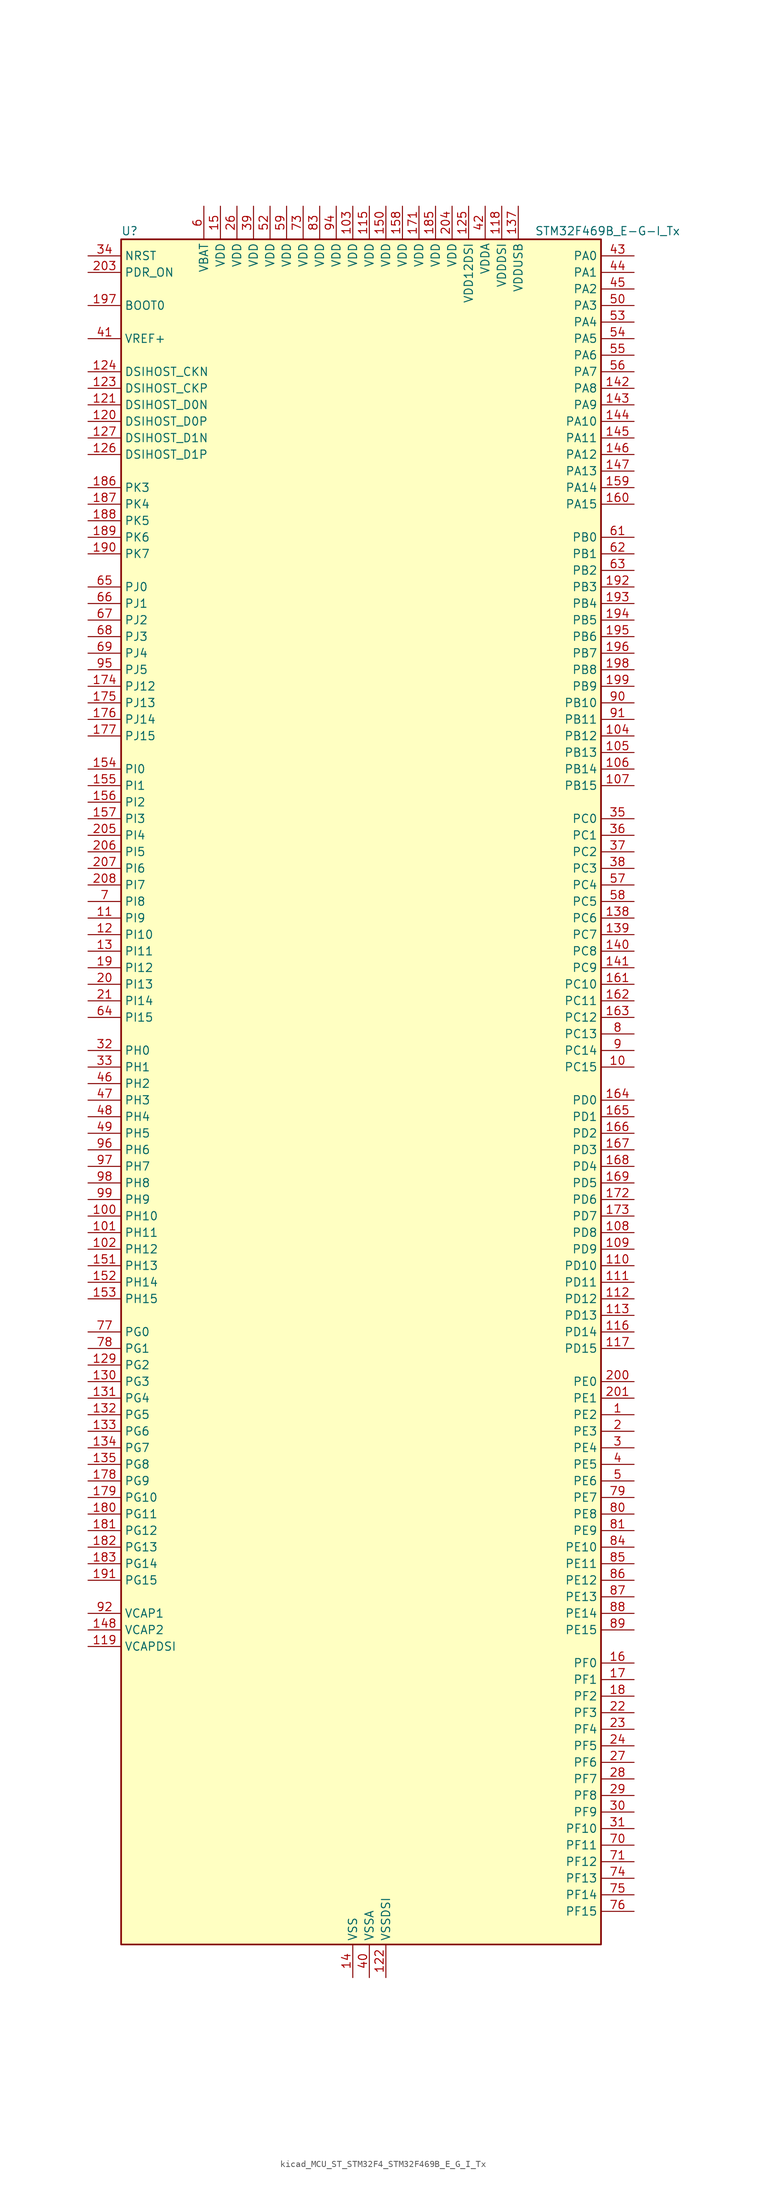
<source format=kicad_sym>
(kicad_symbol_lib
  (version 20220914)
  (generator kicad_symbol_editor)
  (symbol "kicad_MCU_ST_STM32F4_STM32F469B_E_G_I_Tx"
    (property "Reference" "U"
      (at -35.56 133.35 0)
      (effects (font (size 1.27 1.27)) (justify left)))
    (property "Value" "STM32F469B_E-G-I_Tx"
      (at 27.94 133.35 0)
      (effects (font (size 1.27 1.27)) (justify left)))
    (property "ki_locked" ""
      (at 0 0 0)
      (effects (font (size 1.27 1.27))))
    (symbol "kicad_MCU_ST_STM32F4_STM32F469B_E_G_I_Tx_0_1"
      (rectangle (start -35.56 -129.54) (end 38.1 132.08) (stroke (width 0.254) (type default)) (fill (type background))))
    (symbol "kicad_MCU_ST_STM32F4_STM32F469B_E_G_I_Tx_1_1"
      (pin bidirectional line (at 43.18 -48.26 180) (length 5.08) (name "PE2" (effects (font (size 1.27 1.27)))) (number "1" (effects (font (size 1.27 1.27)))) (alternate "ETH_TXD3" bidirectional line) (alternate "FMC_A23" bidirectional line) (alternate "QUADSPI_BK1_IO2" bidirectional line) (alternate "SAI1_MCLK_A" bidirectional line) (alternate "SPI4_SCK" bidirectional line) (alternate "SYS_TRACECLK" bidirectional line))
      (pin bidirectional line (at 43.18 5.08 180) (length 5.08) (name "PC15" (effects (font (size 1.27 1.27)))) (number "10" (effects (font (size 1.27 1.27)))) (alternate "ADC1_EXTI15" bidirectional line) (alternate "ADC2_EXTI15" bidirectional line) (alternate "ADC3_EXTI15" bidirectional line) (alternate "RCC_OSC32_OUT" bidirectional line))
      (pin bidirectional line (at -40.64 -17.78 0) (length 5.08) (name "PH10" (effects (font (size 1.27 1.27)))) (number "100" (effects (font (size 1.27 1.27)))) (alternate "DCMI_D1" bidirectional line) (alternate "FMC_D18" bidirectional line) (alternate "LTDC_R4" bidirectional line) (alternate "TIM5_CH1" bidirectional line))
      (pin bidirectional line (at -40.64 -20.32 0) (length 5.08) (name "PH11" (effects (font (size 1.27 1.27)))) (number "101" (effects (font (size 1.27 1.27)))) (alternate "ADC1_EXTI11" bidirectional line) (alternate "ADC2_EXTI11" bidirectional line) (alternate "ADC3_EXTI11" bidirectional line) (alternate "DCMI_D2" bidirectional line) (alternate "FMC_D19" bidirectional line) (alternate "LTDC_R5" bidirectional line) (alternate "TIM5_CH2" bidirectional line))
      (pin bidirectional line (at -40.64 -22.86 0) (length 5.08) (name "PH12" (effects (font (size 1.27 1.27)))) (number "102" (effects (font (size 1.27 1.27)))) (alternate "DCMI_D3" bidirectional line) (alternate "FMC_D20" bidirectional line) (alternate "LTDC_R6" bidirectional line) (alternate "TIM5_CH3" bidirectional line))
      (pin power_in line (at 0 137.16 270) (length 5.08) (name "VDD" (effects (font (size 1.27 1.27)))) (number "103" (effects (font (size 1.27 1.27)))))
      (pin bidirectional line (at 43.18 55.88 180) (length 5.08) (name "PB12" (effects (font (size 1.27 1.27)))) (number "104" (effects (font (size 1.27 1.27)))) (alternate "CAN2_RX" bidirectional line) (alternate "ETH_TXD0" bidirectional line) (alternate "I2C2_SMBA" bidirectional line) (alternate "I2S2_WS" bidirectional line) (alternate "SPI2_NSS" bidirectional line) (alternate "TIM1_BKIN" bidirectional line) (alternate "USART3_CK" bidirectional line) (alternate "USB_OTG_HS_ID" bidirectional line) (alternate "USB_OTG_HS_ULPI_D5" bidirectional line))
      (pin bidirectional line (at 43.18 53.34 180) (length 5.08) (name "PB13" (effects (font (size 1.27 1.27)))) (number "105" (effects (font (size 1.27 1.27)))) (alternate "CAN2_TX" bidirectional line) (alternate "ETH_TXD1" bidirectional line) (alternate "I2S2_CK" bidirectional line) (alternate "SPI2_SCK" bidirectional line) (alternate "TIM1_CH1N" bidirectional line) (alternate "USART3_CTS" bidirectional line) (alternate "USB_OTG_HS_ULPI_D6" bidirectional line) (alternate "USB_OTG_HS_VBUS" bidirectional line))
      (pin bidirectional line (at 43.18 50.8 180) (length 5.08) (name "PB14" (effects (font (size 1.27 1.27)))) (number "106" (effects (font (size 1.27 1.27)))) (alternate "I2S2_ext_SD" bidirectional line) (alternate "SPI2_MISO" bidirectional line) (alternate "TIM12_CH1" bidirectional line) (alternate "TIM1_CH2N" bidirectional line) (alternate "TIM8_CH2N" bidirectional line) (alternate "USART3_RTS" bidirectional line) (alternate "USB_OTG_HS_DM" bidirectional line))
      (pin bidirectional line (at 43.18 48.26 180) (length 5.08) (name "PB15" (effects (font (size 1.27 1.27)))) (number "107" (effects (font (size 1.27 1.27)))) (alternate "ADC1_EXTI15" bidirectional line) (alternate "ADC2_EXTI15" bidirectional line) (alternate "ADC3_EXTI15" bidirectional line) (alternate "I2S2_SD" bidirectional line) (alternate "RTC_REFIN" bidirectional line) (alternate "SPI2_MOSI" bidirectional line) (alternate "TIM12_CH2" bidirectional line) (alternate "TIM1_CH3N" bidirectional line) (alternate "TIM8_CH3N" bidirectional line) (alternate "USB_OTG_HS_DP" bidirectional line))
      (pin bidirectional line (at 43.18 -20.32 180) (length 5.08) (name "PD8" (effects (font (size 1.27 1.27)))) (number "108" (effects (font (size 1.27 1.27)))) (alternate "FMC_D13" bidirectional line) (alternate "FMC_DA13" bidirectional line) (alternate "USART3_TX" bidirectional line))
      (pin bidirectional line (at 43.18 -22.86 180) (length 5.08) (name "PD9" (effects (font (size 1.27 1.27)))) (number "109" (effects (font (size 1.27 1.27)))) (alternate "DAC_EXTI9" bidirectional line) (alternate "FMC_D14" bidirectional line) (alternate "FMC_DA14" bidirectional line) (alternate "USART3_RX" bidirectional line))
      (pin bidirectional line (at -40.64 27.94 0) (length 5.08) (name "PI9" (effects (font (size 1.27 1.27)))) (number "11" (effects (font (size 1.27 1.27)))) (alternate "CAN1_RX" bidirectional line) (alternate "DAC_EXTI9" bidirectional line) (alternate "FMC_D30" bidirectional line) (alternate "LTDC_VSYNC" bidirectional line))
      (pin bidirectional line (at 43.18 -25.4 180) (length 5.08) (name "PD10" (effects (font (size 1.27 1.27)))) (number "110" (effects (font (size 1.27 1.27)))) (alternate "FMC_D15" bidirectional line) (alternate "FMC_DA15" bidirectional line) (alternate "LTDC_B3" bidirectional line) (alternate "USART3_CK" bidirectional line))
      (pin bidirectional line (at 43.18 -27.94 180) (length 5.08) (name "PD11" (effects (font (size 1.27 1.27)))) (number "111" (effects (font (size 1.27 1.27)))) (alternate "ADC1_EXTI11" bidirectional line) (alternate "ADC2_EXTI11" bidirectional line) (alternate "ADC3_EXTI11" bidirectional line) (alternate "FMC_A16" bidirectional line) (alternate "FMC_CLE" bidirectional line) (alternate "QUADSPI_BK1_IO0" bidirectional line) (alternate "USART3_CTS" bidirectional line))
      (pin bidirectional line (at 43.18 -30.48 180) (length 5.08) (name "PD12" (effects (font (size 1.27 1.27)))) (number "112" (effects (font (size 1.27 1.27)))) (alternate "FMC_A17" bidirectional line) (alternate "FMC_ALE" bidirectional line) (alternate "QUADSPI_BK1_IO1" bidirectional line) (alternate "TIM4_CH1" bidirectional line) (alternate "USART3_RTS" bidirectional line))
      (pin bidirectional line (at 43.18 -33.02 180) (length 5.08) (name "PD13" (effects (font (size 1.27 1.27)))) (number "113" (effects (font (size 1.27 1.27)))) (alternate "FMC_A18" bidirectional line) (alternate "QUADSPI_BK1_IO3" bidirectional line) (alternate "TIM4_CH2" bidirectional line))
      (pin passive line (at 0 -134.62 90) (length 5.08) hide (name "VSS" (effects (font (size 1.27 1.27)))) (number "114" (effects (font (size 1.27 1.27)))))
      (pin power_in line (at 2.54 137.16 270) (length 5.08) (name "VDD" (effects (font (size 1.27 1.27)))) (number "115" (effects (font (size 1.27 1.27)))))
      (pin bidirectional line (at 43.18 -35.56 180) (length 5.08) (name "PD14" (effects (font (size 1.27 1.27)))) (number "116" (effects (font (size 1.27 1.27)))) (alternate "FMC_D0" bidirectional line) (alternate "FMC_DA0" bidirectional line) (alternate "TIM4_CH3" bidirectional line))
      (pin bidirectional line (at 43.18 -38.1 180) (length 5.08) (name "PD15" (effects (font (size 1.27 1.27)))) (number "117" (effects (font (size 1.27 1.27)))) (alternate "ADC1_EXTI15" bidirectional line) (alternate "ADC2_EXTI15" bidirectional line) (alternate "ADC3_EXTI15" bidirectional line) (alternate "FMC_D1" bidirectional line) (alternate "FMC_DA1" bidirectional line) (alternate "TIM4_CH4" bidirectional line))
      (pin power_in line (at 22.86 137.16 270) (length 5.08) (name "VDDDSI" (effects (font (size 1.27 1.27)))) (number "118" (effects (font (size 1.27 1.27)))))
      (pin power_out line (at -40.64 -83.82 0) (length 5.08) (name "VCAPDSI" (effects (font (size 1.27 1.27)))) (number "119" (effects (font (size 1.27 1.27)))))
      (pin bidirectional line (at -40.64 25.4 0) (length 5.08) (name "PI10" (effects (font (size 1.27 1.27)))) (number "12" (effects (font (size 1.27 1.27)))) (alternate "ETH_RX_ER" bidirectional line) (alternate "FMC_D31" bidirectional line) (alternate "LTDC_HSYNC" bidirectional line))
      (pin bidirectional line (at -40.64 104.14 0) (length 5.08) (name "DSIHOST_D0P" (effects (font (size 1.27 1.27)))) (number "120" (effects (font (size 1.27 1.27)))) (alternate "DSIHOST_D0P" bidirectional line))
      (pin bidirectional line (at -40.64 106.68 0) (length 5.08) (name "DSIHOST_D0N" (effects (font (size 1.27 1.27)))) (number "121" (effects (font (size 1.27 1.27)))) (alternate "DSIHOST_D0N" bidirectional line))
      (pin power_in line (at 5.08 -134.62 90) (length 5.08) (name "VSSDSI" (effects (font (size 1.27 1.27)))) (number "122" (effects (font (size 1.27 1.27)))))
      (pin bidirectional line (at -40.64 109.22 0) (length 5.08) (name "DSIHOST_CKP" (effects (font (size 1.27 1.27)))) (number "123" (effects (font (size 1.27 1.27)))) (alternate "DSIHOST_CKP" bidirectional line))
      (pin bidirectional line (at -40.64 111.76 0) (length 5.08) (name "DSIHOST_CKN" (effects (font (size 1.27 1.27)))) (number "124" (effects (font (size 1.27 1.27)))) (alternate "DSIHOST_CKN" bidirectional line))
      (pin power_in line (at 17.78 137.16 270) (length 5.08) (name "VDD12DSI" (effects (font (size 1.27 1.27)))) (number "125" (effects (font (size 1.27 1.27)))))
      (pin bidirectional line (at -40.64 99.06 0) (length 5.08) (name "DSIHOST_D1P" (effects (font (size 1.27 1.27)))) (number "126" (effects (font (size 1.27 1.27)))) (alternate "DSIHOST_D1P" bidirectional line))
      (pin bidirectional line (at -40.64 101.6 0) (length 5.08) (name "DSIHOST_D1N" (effects (font (size 1.27 1.27)))) (number "127" (effects (font (size 1.27 1.27)))) (alternate "DSIHOST_D1N" bidirectional line))
      (pin passive line (at 5.08 -134.62 90) (length 5.08) hide (name "VSSDSI" (effects (font (size 1.27 1.27)))) (number "128" (effects (font (size 1.27 1.27)))))
      (pin bidirectional line (at -40.64 -40.64 0) (length 5.08) (name "PG2" (effects (font (size 1.27 1.27)))) (number "129" (effects (font (size 1.27 1.27)))) (alternate "FMC_A12" bidirectional line))
      (pin bidirectional line (at -40.64 22.86 0) (length 5.08) (name "PI11" (effects (font (size 1.27 1.27)))) (number "13" (effects (font (size 1.27 1.27)))) (alternate "ADC1_EXTI11" bidirectional line) (alternate "ADC2_EXTI11" bidirectional line) (alternate "ADC3_EXTI11" bidirectional line) (alternate "LTDC_G6" bidirectional line) (alternate "USB_OTG_HS_ULPI_DIR" bidirectional line))
      (pin bidirectional line (at -40.64 -43.18 0) (length 5.08) (name "PG3" (effects (font (size 1.27 1.27)))) (number "130" (effects (font (size 1.27 1.27)))) (alternate "FMC_A13" bidirectional line))
      (pin bidirectional line (at -40.64 -45.72 0) (length 5.08) (name "PG4" (effects (font (size 1.27 1.27)))) (number "131" (effects (font (size 1.27 1.27)))) (alternate "FMC_A14" bidirectional line) (alternate "FMC_BA0" bidirectional line))
      (pin bidirectional line (at -40.64 -48.26 0) (length 5.08) (name "PG5" (effects (font (size 1.27 1.27)))) (number "132" (effects (font (size 1.27 1.27)))) (alternate "FMC_A15" bidirectional line) (alternate "FMC_BA1" bidirectional line))
      (pin bidirectional line (at -40.64 -50.8 0) (length 5.08) (name "PG6" (effects (font (size 1.27 1.27)))) (number "133" (effects (font (size 1.27 1.27)))) (alternate "DCMI_D12" bidirectional line) (alternate "LTDC_R7" bidirectional line))
      (pin bidirectional line (at -40.64 -53.34 0) (length 5.08) (name "PG7" (effects (font (size 1.27 1.27)))) (number "134" (effects (font (size 1.27 1.27)))) (alternate "DCMI_D13" bidirectional line) (alternate "FMC_INT" bidirectional line) (alternate "LTDC_CLK" bidirectional line) (alternate "SAI1_MCLK_A" bidirectional line) (alternate "USART6_CK" bidirectional line))
      (pin bidirectional line (at -40.64 -55.88 0) (length 5.08) (name "PG8" (effects (font (size 1.27 1.27)))) (number "135" (effects (font (size 1.27 1.27)))) (alternate "ETH_PPS_OUT" bidirectional line) (alternate "FMC_SDCLK" bidirectional line) (alternate "LTDC_G7" bidirectional line) (alternate "SPI6_NSS" bidirectional line) (alternate "USART6_RTS" bidirectional line))
      (pin passive line (at 0 -134.62 90) (length 5.08) hide (name "VSS" (effects (font (size 1.27 1.27)))) (number "136" (effects (font (size 1.27 1.27)))))
      (pin power_in line (at 25.4 137.16 270) (length 5.08) (name "VDDUSB" (effects (font (size 1.27 1.27)))) (number "137" (effects (font (size 1.27 1.27)))))
      (pin bidirectional line (at 43.18 27.94 180) (length 5.08) (name "PC6" (effects (font (size 1.27 1.27)))) (number "138" (effects (font (size 1.27 1.27)))) (alternate "DCMI_D0" bidirectional line) (alternate "I2S2_MCK" bidirectional line) (alternate "LTDC_HSYNC" bidirectional line) (alternate "SDIO_D6" bidirectional line) (alternate "TIM3_CH1" bidirectional line) (alternate "TIM8_CH1" bidirectional line) (alternate "USART6_TX" bidirectional line))
      (pin bidirectional line (at 43.18 25.4 180) (length 5.08) (name "PC7" (effects (font (size 1.27 1.27)))) (number "139" (effects (font (size 1.27 1.27)))) (alternate "DCMI_D1" bidirectional line) (alternate "I2S3_MCK" bidirectional line) (alternate "LTDC_G6" bidirectional line) (alternate "SDIO_D7" bidirectional line) (alternate "TIM3_CH2" bidirectional line) (alternate "TIM8_CH2" bidirectional line) (alternate "USART6_RX" bidirectional line))
      (pin power_in line (at 0 -134.62 90) (length 5.08) (name "VSS" (effects (font (size 1.27 1.27)))) (number "14" (effects (font (size 1.27 1.27)))))
      (pin bidirectional line (at 43.18 22.86 180) (length 5.08) (name "PC8" (effects (font (size 1.27 1.27)))) (number "140" (effects (font (size 1.27 1.27)))) (alternate "DCMI_D2" bidirectional line) (alternate "SDIO_D0" bidirectional line) (alternate "SYS_TRACED1" bidirectional line) (alternate "TIM3_CH3" bidirectional line) (alternate "TIM8_CH3" bidirectional line) (alternate "USART6_CK" bidirectional line))
      (pin bidirectional line (at 43.18 20.32 180) (length 5.08) (name "PC9" (effects (font (size 1.27 1.27)))) (number "141" (effects (font (size 1.27 1.27)))) (alternate "DAC_EXTI9" bidirectional line) (alternate "DCMI_D3" bidirectional line) (alternate "I2C3_SDA" bidirectional line) (alternate "I2S_CKIN" bidirectional line) (alternate "QUADSPI_BK1_IO0" bidirectional line) (alternate "RCC_MCO_2" bidirectional line) (alternate "SDIO_D1" bidirectional line) (alternate "TIM3_CH4" bidirectional line) (alternate "TIM8_CH4" bidirectional line))
      (pin bidirectional line (at 43.18 109.22 180) (length 5.08) (name "PA8" (effects (font (size 1.27 1.27)))) (number "142" (effects (font (size 1.27 1.27)))) (alternate "I2C3_SCL" bidirectional line) (alternate "LTDC_R6" bidirectional line) (alternate "RCC_MCO_1" bidirectional line) (alternate "TIM1_CH1" bidirectional line) (alternate "USART1_CK" bidirectional line) (alternate "USB_OTG_FS_SOF" bidirectional line))
      (pin bidirectional line (at 43.18 106.68 180) (length 5.08) (name "PA9" (effects (font (size 1.27 1.27)))) (number "143" (effects (font (size 1.27 1.27)))) (alternate "DAC_EXTI9" bidirectional line) (alternate "DCMI_D0" bidirectional line) (alternate "I2C3_SMBA" bidirectional line) (alternate "I2S2_CK" bidirectional line) (alternate "SPI2_SCK" bidirectional line) (alternate "TIM1_CH2" bidirectional line) (alternate "USART1_TX" bidirectional line) (alternate "USB_OTG_FS_VBUS" bidirectional line))
      (pin bidirectional line (at 43.18 104.14 180) (length 5.08) (name "PA10" (effects (font (size 1.27 1.27)))) (number "144" (effects (font (size 1.27 1.27)))) (alternate "DCMI_D1" bidirectional line) (alternate "TIM1_CH3" bidirectional line) (alternate "USART1_RX" bidirectional line) (alternate "USB_OTG_FS_ID" bidirectional line))
      (pin bidirectional line (at 43.18 101.6 180) (length 5.08) (name "PA11" (effects (font (size 1.27 1.27)))) (number "145" (effects (font (size 1.27 1.27)))) (alternate "ADC1_EXTI11" bidirectional line) (alternate "ADC2_EXTI11" bidirectional line) (alternate "ADC3_EXTI11" bidirectional line) (alternate "CAN1_RX" bidirectional line) (alternate "LTDC_R4" bidirectional line) (alternate "TIM1_CH4" bidirectional line) (alternate "USART1_CTS" bidirectional line) (alternate "USB_OTG_FS_DM" bidirectional line))
      (pin bidirectional line (at 43.18 99.06 180) (length 5.08) (name "PA12" (effects (font (size 1.27 1.27)))) (number "146" (effects (font (size 1.27 1.27)))) (alternate "CAN1_TX" bidirectional line) (alternate "LTDC_R5" bidirectional line) (alternate "TIM1_ETR" bidirectional line) (alternate "USART1_RTS" bidirectional line) (alternate "USB_OTG_FS_DP" bidirectional line))
      (pin bidirectional line (at 43.18 96.52 180) (length 5.08) (name "PA13" (effects (font (size 1.27 1.27)))) (number "147" (effects (font (size 1.27 1.27)))) (alternate "SYS_JTMS-SWDIO" bidirectional line))
      (pin power_out line (at -40.64 -81.28 0) (length 5.08) (name "VCAP2" (effects (font (size 1.27 1.27)))) (number "148" (effects (font (size 1.27 1.27)))))
      (pin passive line (at 0 -134.62 90) (length 5.08) hide (name "VSS" (effects (font (size 1.27 1.27)))) (number "149" (effects (font (size 1.27 1.27)))))
      (pin power_in line (at -20.32 137.16 270) (length 5.08) (name "VDD" (effects (font (size 1.27 1.27)))) (number "15" (effects (font (size 1.27 1.27)))))
      (pin power_in line (at 5.08 137.16 270) (length 5.08) (name "VDD" (effects (font (size 1.27 1.27)))) (number "150" (effects (font (size 1.27 1.27)))))
      (pin bidirectional line (at -40.64 -25.4 0) (length 5.08) (name "PH13" (effects (font (size 1.27 1.27)))) (number "151" (effects (font (size 1.27 1.27)))) (alternate "CAN1_TX" bidirectional line) (alternate "FMC_D21" bidirectional line) (alternate "LTDC_G2" bidirectional line) (alternate "TIM8_CH1N" bidirectional line))
      (pin bidirectional line (at -40.64 -27.94 0) (length 5.08) (name "PH14" (effects (font (size 1.27 1.27)))) (number "152" (effects (font (size 1.27 1.27)))) (alternate "DCMI_D4" bidirectional line) (alternate "FMC_D22" bidirectional line) (alternate "LTDC_G3" bidirectional line) (alternate "TIM8_CH2N" bidirectional line))
      (pin bidirectional line (at -40.64 -30.48 0) (length 5.08) (name "PH15" (effects (font (size 1.27 1.27)))) (number "153" (effects (font (size 1.27 1.27)))) (alternate "ADC1_EXTI15" bidirectional line) (alternate "ADC2_EXTI15" bidirectional line) (alternate "ADC3_EXTI15" bidirectional line) (alternate "DCMI_D11" bidirectional line) (alternate "FMC_D23" bidirectional line) (alternate "LTDC_G4" bidirectional line) (alternate "TIM8_CH3N" bidirectional line))
      (pin bidirectional line (at -40.64 50.8 0) (length 5.08) (name "PI0" (effects (font (size 1.27 1.27)))) (number "154" (effects (font (size 1.27 1.27)))) (alternate "DCMI_D13" bidirectional line) (alternate "FMC_D24" bidirectional line) (alternate "I2S2_WS" bidirectional line) (alternate "LTDC_G5" bidirectional line) (alternate "SPI2_NSS" bidirectional line) (alternate "TIM5_CH4" bidirectional line))
      (pin bidirectional line (at -40.64 48.26 0) (length 5.08) (name "PI1" (effects (font (size 1.27 1.27)))) (number "155" (effects (font (size 1.27 1.27)))) (alternate "DCMI_D8" bidirectional line) (alternate "FMC_D25" bidirectional line) (alternate "I2S2_CK" bidirectional line) (alternate "LTDC_G6" bidirectional line) (alternate "SPI2_SCK" bidirectional line))
      (pin bidirectional line (at -40.64 45.72 0) (length 5.08) (name "PI2" (effects (font (size 1.27 1.27)))) (number "156" (effects (font (size 1.27 1.27)))) (alternate "DCMI_D9" bidirectional line) (alternate "FMC_D26" bidirectional line) (alternate "I2S2_ext_SD" bidirectional line) (alternate "LTDC_G7" bidirectional line) (alternate "SPI2_MISO" bidirectional line) (alternate "TIM8_CH4" bidirectional line))
      (pin bidirectional line (at -40.64 43.18 0) (length 5.08) (name "PI3" (effects (font (size 1.27 1.27)))) (number "157" (effects (font (size 1.27 1.27)))) (alternate "DCMI_D10" bidirectional line) (alternate "FMC_D27" bidirectional line) (alternate "I2S2_SD" bidirectional line) (alternate "SPI2_MOSI" bidirectional line) (alternate "TIM8_ETR" bidirectional line))
      (pin power_in line (at 7.62 137.16 270) (length 5.08) (name "VDD" (effects (font (size 1.27 1.27)))) (number "158" (effects (font (size 1.27 1.27)))))
      (pin bidirectional line (at 43.18 93.98 180) (length 5.08) (name "PA14" (effects (font (size 1.27 1.27)))) (number "159" (effects (font (size 1.27 1.27)))) (alternate "SYS_JTCK-SWCLK" bidirectional line))
      (pin bidirectional line (at 43.18 -86.36 180) (length 5.08) (name "PF0" (effects (font (size 1.27 1.27)))) (number "16" (effects (font (size 1.27 1.27)))) (alternate "FMC_A0" bidirectional line) (alternate "I2C2_SDA" bidirectional line))
      (pin bidirectional line (at 43.18 91.44 180) (length 5.08) (name "PA15" (effects (font (size 1.27 1.27)))) (number "160" (effects (font (size 1.27 1.27)))) (alternate "ADC1_EXTI15" bidirectional line) (alternate "ADC2_EXTI15" bidirectional line) (alternate "ADC3_EXTI15" bidirectional line) (alternate "I2S3_WS" bidirectional line) (alternate "SPI1_NSS" bidirectional line) (alternate "SPI3_NSS" bidirectional line) (alternate "SYS_JTDI" bidirectional line) (alternate "TIM2_CH1" bidirectional line) (alternate "TIM2_ETR" bidirectional line))
      (pin bidirectional line (at 43.18 17.78 180) (length 5.08) (name "PC10" (effects (font (size 1.27 1.27)))) (number "161" (effects (font (size 1.27 1.27)))) (alternate "DCMI_D8" bidirectional line) (alternate "I2S3_CK" bidirectional line) (alternate "LTDC_R2" bidirectional line) (alternate "QUADSPI_BK1_IO1" bidirectional line) (alternate "SDIO_D2" bidirectional line) (alternate "SPI3_SCK" bidirectional line) (alternate "UART4_TX" bidirectional line) (alternate "USART3_TX" bidirectional line))
      (pin bidirectional line (at 43.18 15.24 180) (length 5.08) (name "PC11" (effects (font (size 1.27 1.27)))) (number "162" (effects (font (size 1.27 1.27)))) (alternate "ADC1_EXTI11" bidirectional line) (alternate "ADC2_EXTI11" bidirectional line) (alternate "ADC3_EXTI11" bidirectional line) (alternate "DCMI_D4" bidirectional line) (alternate "I2S3_ext_SD" bidirectional line) (alternate "QUADSPI_BK2_NCS" bidirectional line) (alternate "SDIO_D3" bidirectional line) (alternate "SPI3_MISO" bidirectional line) (alternate "UART4_RX" bidirectional line) (alternate "USART3_RX" bidirectional line))
      (pin bidirectional line (at 43.18 12.7 180) (length 5.08) (name "PC12" (effects (font (size 1.27 1.27)))) (number "163" (effects (font (size 1.27 1.27)))) (alternate "DCMI_D9" bidirectional line) (alternate "I2S3_SD" bidirectional line) (alternate "SDIO_CK" bidirectional line) (alternate "SPI3_MOSI" bidirectional line) (alternate "SYS_TRACED3" bidirectional line) (alternate "UART5_TX" bidirectional line) (alternate "USART3_CK" bidirectional line))
      (pin bidirectional line (at 43.18 0 180) (length 5.08) (name "PD0" (effects (font (size 1.27 1.27)))) (number "164" (effects (font (size 1.27 1.27)))) (alternate "CAN1_RX" bidirectional line) (alternate "FMC_D2" bidirectional line) (alternate "FMC_DA2" bidirectional line))
      (pin bidirectional line (at 43.18 -2.54 180) (length 5.08) (name "PD1" (effects (font (size 1.27 1.27)))) (number "165" (effects (font (size 1.27 1.27)))) (alternate "CAN1_TX" bidirectional line) (alternate "FMC_D3" bidirectional line) (alternate "FMC_DA3" bidirectional line))
      (pin bidirectional line (at 43.18 -5.08 180) (length 5.08) (name "PD2" (effects (font (size 1.27 1.27)))) (number "166" (effects (font (size 1.27 1.27)))) (alternate "DCMI_D11" bidirectional line) (alternate "SDIO_CMD" bidirectional line) (alternate "SYS_TRACED2" bidirectional line) (alternate "TIM3_ETR" bidirectional line) (alternate "UART5_RX" bidirectional line))
      (pin bidirectional line (at 43.18 -7.62 180) (length 5.08) (name "PD3" (effects (font (size 1.27 1.27)))) (number "167" (effects (font (size 1.27 1.27)))) (alternate "DCMI_D5" bidirectional line) (alternate "FMC_CLK" bidirectional line) (alternate "I2S2_CK" bidirectional line) (alternate "LTDC_G7" bidirectional line) (alternate "SPI2_SCK" bidirectional line) (alternate "USART2_CTS" bidirectional line))
      (pin bidirectional line (at 43.18 -10.16 180) (length 5.08) (name "PD4" (effects (font (size 1.27 1.27)))) (number "168" (effects (font (size 1.27 1.27)))) (alternate "FMC_NOE" bidirectional line) (alternate "USART2_RTS" bidirectional line))
      (pin bidirectional line (at 43.18 -12.7 180) (length 5.08) (name "PD5" (effects (font (size 1.27 1.27)))) (number "169" (effects (font (size 1.27 1.27)))) (alternate "FMC_NWE" bidirectional line) (alternate "USART2_TX" bidirectional line))
      (pin bidirectional line (at 43.18 -88.9 180) (length 5.08) (name "PF1" (effects (font (size 1.27 1.27)))) (number "17" (effects (font (size 1.27 1.27)))) (alternate "FMC_A1" bidirectional line) (alternate "I2C2_SCL" bidirectional line))
      (pin passive line (at 0 -134.62 90) (length 5.08) hide (name "VSS" (effects (font (size 1.27 1.27)))) (number "170" (effects (font (size 1.27 1.27)))))
      (pin power_in line (at 10.16 137.16 270) (length 5.08) (name "VDD" (effects (font (size 1.27 1.27)))) (number "171" (effects (font (size 1.27 1.27)))))
      (pin bidirectional line (at 43.18 -15.24 180) (length 5.08) (name "PD6" (effects (font (size 1.27 1.27)))) (number "172" (effects (font (size 1.27 1.27)))) (alternate "DCMI_D10" bidirectional line) (alternate "FMC_NWAIT" bidirectional line) (alternate "I2S3_SD" bidirectional line) (alternate "LTDC_B2" bidirectional line) (alternate "SAI1_SD_A" bidirectional line) (alternate "SPI3_MOSI" bidirectional line) (alternate "USART2_RX" bidirectional line))
      (pin bidirectional line (at 43.18 -17.78 180) (length 5.08) (name "PD7" (effects (font (size 1.27 1.27)))) (number "173" (effects (font (size 1.27 1.27)))) (alternate "FMC_NE1" bidirectional line) (alternate "USART2_CK" bidirectional line))
      (pin bidirectional line (at -40.64 63.5 0) (length 5.08) (name "PJ12" (effects (font (size 1.27 1.27)))) (number "174" (effects (font (size 1.27 1.27)))) (alternate "LTDC_B0" bidirectional line) (alternate "LTDC_G3" bidirectional line))
      (pin bidirectional line (at -40.64 60.96 0) (length 5.08) (name "PJ13" (effects (font (size 1.27 1.27)))) (number "175" (effects (font (size 1.27 1.27)))) (alternate "LTDC_B1" bidirectional line) (alternate "LTDC_G4" bidirectional line))
      (pin bidirectional line (at -40.64 58.42 0) (length 5.08) (name "PJ14" (effects (font (size 1.27 1.27)))) (number "176" (effects (font (size 1.27 1.27)))) (alternate "LTDC_B2" bidirectional line))
      (pin bidirectional line (at -40.64 55.88 0) (length 5.08) (name "PJ15" (effects (font (size 1.27 1.27)))) (number "177" (effects (font (size 1.27 1.27)))) (alternate "ADC1_EXTI15" bidirectional line) (alternate "ADC2_EXTI15" bidirectional line) (alternate "ADC3_EXTI15" bidirectional line) (alternate "LTDC_B3" bidirectional line))
      (pin bidirectional line (at -40.64 -58.42 0) (length 5.08) (name "PG9" (effects (font (size 1.27 1.27)))) (number "178" (effects (font (size 1.27 1.27)))) (alternate "DAC_EXTI9" bidirectional line) (alternate "DCMI_VSYNC" bidirectional line) (alternate "FMC_NCE" bidirectional line) (alternate "FMC_NE2" bidirectional line) (alternate "QUADSPI_BK2_IO2" bidirectional line) (alternate "USART6_RX" bidirectional line))
      (pin bidirectional line (at -40.64 -60.96 0) (length 5.08) (name "PG10" (effects (font (size 1.27 1.27)))) (number "179" (effects (font (size 1.27 1.27)))) (alternate "DCMI_D2" bidirectional line) (alternate "FMC_NE3" bidirectional line) (alternate "LTDC_B2" bidirectional line) (alternate "LTDC_G3" bidirectional line))
      (pin bidirectional line (at 43.18 -91.44 180) (length 5.08) (name "PF2" (effects (font (size 1.27 1.27)))) (number "18" (effects (font (size 1.27 1.27)))) (alternate "FMC_A2" bidirectional line) (alternate "I2C2_SMBA" bidirectional line))
      (pin bidirectional line (at -40.64 -63.5 0) (length 5.08) (name "PG11" (effects (font (size 1.27 1.27)))) (number "180" (effects (font (size 1.27 1.27)))) (alternate "ADC1_EXTI11" bidirectional line) (alternate "ADC2_EXTI11" bidirectional line) (alternate "ADC3_EXTI11" bidirectional line) (alternate "DCMI_D3" bidirectional line) (alternate "ETH_TX_EN" bidirectional line) (alternate "LTDC_B3" bidirectional line))
      (pin bidirectional line (at -40.64 -66.04 0) (length 5.08) (name "PG12" (effects (font (size 1.27 1.27)))) (number "181" (effects (font (size 1.27 1.27)))) (alternate "FMC_NE4" bidirectional line) (alternate "LTDC_B1" bidirectional line) (alternate "LTDC_B4" bidirectional line) (alternate "SPI6_MISO" bidirectional line) (alternate "USART6_RTS" bidirectional line))
      (pin bidirectional line (at -40.64 -68.58 0) (length 5.08) (name "PG13" (effects (font (size 1.27 1.27)))) (number "182" (effects (font (size 1.27 1.27)))) (alternate "ETH_TXD0" bidirectional line) (alternate "FMC_A24" bidirectional line) (alternate "LTDC_R0" bidirectional line) (alternate "SPI6_SCK" bidirectional line) (alternate "SYS_TRACED0" bidirectional line) (alternate "USART6_CTS" bidirectional line))
      (pin bidirectional line (at -40.64 -71.12 0) (length 5.08) (name "PG14" (effects (font (size 1.27 1.27)))) (number "183" (effects (font (size 1.27 1.27)))) (alternate "ETH_TXD1" bidirectional line) (alternate "FMC_A25" bidirectional line) (alternate "LTDC_B0" bidirectional line) (alternate "QUADSPI_BK2_IO3" bidirectional line) (alternate "SPI6_MOSI" bidirectional line) (alternate "SYS_TRACED1" bidirectional line) (alternate "USART6_TX" bidirectional line))
      (pin passive line (at 0 -134.62 90) (length 5.08) hide (name "VSS" (effects (font (size 1.27 1.27)))) (number "184" (effects (font (size 1.27 1.27)))))
      (pin power_in line (at 12.7 137.16 270) (length 5.08) (name "VDD" (effects (font (size 1.27 1.27)))) (number "185" (effects (font (size 1.27 1.27)))))
      (pin bidirectional line (at -40.64 93.98 0) (length 5.08) (name "PK3" (effects (font (size 1.27 1.27)))) (number "186" (effects (font (size 1.27 1.27)))) (alternate "LTDC_B4" bidirectional line))
      (pin bidirectional line (at -40.64 91.44 0) (length 5.08) (name "PK4" (effects (font (size 1.27 1.27)))) (number "187" (effects (font (size 1.27 1.27)))) (alternate "LTDC_B5" bidirectional line))
      (pin bidirectional line (at -40.64 88.9 0) (length 5.08) (name "PK5" (effects (font (size 1.27 1.27)))) (number "188" (effects (font (size 1.27 1.27)))) (alternate "LTDC_B6" bidirectional line))
      (pin bidirectional line (at -40.64 86.36 0) (length 5.08) (name "PK6" (effects (font (size 1.27 1.27)))) (number "189" (effects (font (size 1.27 1.27)))) (alternate "LTDC_B7" bidirectional line))
      (pin bidirectional line (at -40.64 20.32 0) (length 5.08) (name "PI12" (effects (font (size 1.27 1.27)))) (number "19" (effects (font (size 1.27 1.27)))) (alternate "LTDC_HSYNC" bidirectional line))
      (pin bidirectional line (at -40.64 83.82 0) (length 5.08) (name "PK7" (effects (font (size 1.27 1.27)))) (number "190" (effects (font (size 1.27 1.27)))) (alternate "LTDC_DE" bidirectional line))
      (pin bidirectional line (at -40.64 -73.66 0) (length 5.08) (name "PG15" (effects (font (size 1.27 1.27)))) (number "191" (effects (font (size 1.27 1.27)))) (alternate "ADC1_EXTI15" bidirectional line) (alternate "ADC2_EXTI15" bidirectional line) (alternate "ADC3_EXTI15" bidirectional line) (alternate "DCMI_D13" bidirectional line) (alternate "FMC_SDNCAS" bidirectional line) (alternate "USART6_CTS" bidirectional line))
      (pin bidirectional line (at 43.18 78.74 180) (length 5.08) (name "PB3" (effects (font (size 1.27 1.27)))) (number "192" (effects (font (size 1.27 1.27)))) (alternate "I2S3_CK" bidirectional line) (alternate "SPI1_SCK" bidirectional line) (alternate "SPI3_SCK" bidirectional line) (alternate "SYS_JTDO-SWO" bidirectional line) (alternate "TIM2_CH2" bidirectional line))
      (pin bidirectional line (at 43.18 76.2 180) (length 5.08) (name "PB4" (effects (font (size 1.27 1.27)))) (number "193" (effects (font (size 1.27 1.27)))) (alternate "I2S3_ext_SD" bidirectional line) (alternate "SPI1_MISO" bidirectional line) (alternate "SPI3_MISO" bidirectional line) (alternate "SYS_JTRST" bidirectional line) (alternate "TIM3_CH1" bidirectional line))
      (pin bidirectional line (at 43.18 73.66 180) (length 5.08) (name "PB5" (effects (font (size 1.27 1.27)))) (number "194" (effects (font (size 1.27 1.27)))) (alternate "CAN2_RX" bidirectional line) (alternate "DCMI_D10" bidirectional line) (alternate "ETH_PPS_OUT" bidirectional line) (alternate "FMC_SDCKE1" bidirectional line) (alternate "I2C1_SMBA" bidirectional line) (alternate "I2S3_SD" bidirectional line) (alternate "LTDC_G7" bidirectional line) (alternate "SPI1_MOSI" bidirectional line) (alternate "SPI3_MOSI" bidirectional line) (alternate "TIM3_CH2" bidirectional line) (alternate "USB_OTG_HS_ULPI_D7" bidirectional line))
      (pin bidirectional line (at 43.18 71.12 180) (length 5.08) (name "PB6" (effects (font (size 1.27 1.27)))) (number "195" (effects (font (size 1.27 1.27)))) (alternate "CAN2_TX" bidirectional line) (alternate "DCMI_D5" bidirectional line) (alternate "FMC_SDNE1" bidirectional line) (alternate "I2C1_SCL" bidirectional line) (alternate "QUADSPI_BK1_NCS" bidirectional line) (alternate "TIM4_CH1" bidirectional line) (alternate "USART1_TX" bidirectional line))
      (pin bidirectional line (at 43.18 68.58 180) (length 5.08) (name "PB7" (effects (font (size 1.27 1.27)))) (number "196" (effects (font (size 1.27 1.27)))) (alternate "DCMI_VSYNC" bidirectional line) (alternate "FMC_NL" bidirectional line) (alternate "I2C1_SDA" bidirectional line) (alternate "TIM4_CH2" bidirectional line) (alternate "USART1_RX" bidirectional line))
      (pin input line (at -40.64 121.92 0) (length 5.08) (name "BOOT0" (effects (font (size 1.27 1.27)))) (number "197" (effects (font (size 1.27 1.27)))))
      (pin bidirectional line (at 43.18 66.04 180) (length 5.08) (name "PB8" (effects (font (size 1.27 1.27)))) (number "198" (effects (font (size 1.27 1.27)))) (alternate "CAN1_RX" bidirectional line) (alternate "DCMI_D6" bidirectional line) (alternate "ETH_TXD3" bidirectional line) (alternate "I2C1_SCL" bidirectional line) (alternate "LTDC_B6" bidirectional line) (alternate "SDIO_D4" bidirectional line) (alternate "TIM10_CH1" bidirectional line) (alternate "TIM4_CH3" bidirectional line))
      (pin bidirectional line (at 43.18 63.5 180) (length 5.08) (name "PB9" (effects (font (size 1.27 1.27)))) (number "199" (effects (font (size 1.27 1.27)))) (alternate "CAN1_TX" bidirectional line) (alternate "DAC_EXTI9" bidirectional line) (alternate "DCMI_D7" bidirectional line) (alternate "I2C1_SDA" bidirectional line) (alternate "I2S2_WS" bidirectional line) (alternate "LTDC_B7" bidirectional line) (alternate "SDIO_D5" bidirectional line) (alternate "SPI2_NSS" bidirectional line) (alternate "TIM11_CH1" bidirectional line) (alternate "TIM4_CH4" bidirectional line))
      (pin bidirectional line (at 43.18 -50.8 180) (length 5.08) (name "PE3" (effects (font (size 1.27 1.27)))) (number "2" (effects (font (size 1.27 1.27)))) (alternate "FMC_A19" bidirectional line) (alternate "SAI1_SD_B" bidirectional line) (alternate "SYS_TRACED0" bidirectional line))
      (pin bidirectional line (at -40.64 17.78 0) (length 5.08) (name "PI13" (effects (font (size 1.27 1.27)))) (number "20" (effects (font (size 1.27 1.27)))) (alternate "LTDC_VSYNC" bidirectional line))
      (pin bidirectional line (at 43.18 -43.18 180) (length 5.08) (name "PE0" (effects (font (size 1.27 1.27)))) (number "200" (effects (font (size 1.27 1.27)))) (alternate "DCMI_D2" bidirectional line) (alternate "FMC_NBL0" bidirectional line) (alternate "TIM4_ETR" bidirectional line) (alternate "UART8_RX" bidirectional line))
      (pin bidirectional line (at 43.18 -45.72 180) (length 5.08) (name "PE1" (effects (font (size 1.27 1.27)))) (number "201" (effects (font (size 1.27 1.27)))) (alternate "DCMI_D3" bidirectional line) (alternate "FMC_NBL1" bidirectional line) (alternate "UART8_TX" bidirectional line))
      (pin passive line (at 0 -134.62 90) (length 5.08) hide (name "VSS" (effects (font (size 1.27 1.27)))) (number "202" (effects (font (size 1.27 1.27)))))
      (pin input line (at -40.64 127 0) (length 5.08) (name "PDR_ON" (effects (font (size 1.27 1.27)))) (number "203" (effects (font (size 1.27 1.27)))))
      (pin power_in line (at 15.24 137.16 270) (length 5.08) (name "VDD" (effects (font (size 1.27 1.27)))) (number "204" (effects (font (size 1.27 1.27)))))
      (pin bidirectional line (at -40.64 40.64 0) (length 5.08) (name "PI4" (effects (font (size 1.27 1.27)))) (number "205" (effects (font (size 1.27 1.27)))) (alternate "DCMI_D5" bidirectional line) (alternate "FMC_NBL2" bidirectional line) (alternate "LTDC_B4" bidirectional line) (alternate "TIM8_BKIN" bidirectional line))
      (pin bidirectional line (at -40.64 38.1 0) (length 5.08) (name "PI5" (effects (font (size 1.27 1.27)))) (number "206" (effects (font (size 1.27 1.27)))) (alternate "DCMI_VSYNC" bidirectional line) (alternate "FMC_NBL3" bidirectional line) (alternate "LTDC_B5" bidirectional line) (alternate "TIM8_CH1" bidirectional line))
      (pin bidirectional line (at -40.64 35.56 0) (length 5.08) (name "PI6" (effects (font (size 1.27 1.27)))) (number "207" (effects (font (size 1.27 1.27)))) (alternate "DCMI_D6" bidirectional line) (alternate "FMC_D28" bidirectional line) (alternate "LTDC_B6" bidirectional line) (alternate "TIM8_CH2" bidirectional line))
      (pin bidirectional line (at -40.64 33.02 0) (length 5.08) (name "PI7" (effects (font (size 1.27 1.27)))) (number "208" (effects (font (size 1.27 1.27)))) (alternate "DCMI_D7" bidirectional line) (alternate "FMC_D29" bidirectional line) (alternate "LTDC_B7" bidirectional line) (alternate "TIM8_CH3" bidirectional line))
      (pin bidirectional line (at -40.64 15.24 0) (length 5.08) (name "PI14" (effects (font (size 1.27 1.27)))) (number "21" (effects (font (size 1.27 1.27)))) (alternate "LTDC_CLK" bidirectional line))
      (pin bidirectional line (at 43.18 -93.98 180) (length 5.08) (name "PF3" (effects (font (size 1.27 1.27)))) (number "22" (effects (font (size 1.27 1.27)))) (alternate "ADC3_IN9" bidirectional line) (alternate "FMC_A3" bidirectional line))
      (pin bidirectional line (at 43.18 -96.52 180) (length 5.08) (name "PF4" (effects (font (size 1.27 1.27)))) (number "23" (effects (font (size 1.27 1.27)))) (alternate "ADC3_IN14" bidirectional line) (alternate "FMC_A4" bidirectional line))
      (pin bidirectional line (at 43.18 -99.06 180) (length 5.08) (name "PF5" (effects (font (size 1.27 1.27)))) (number "24" (effects (font (size 1.27 1.27)))) (alternate "ADC3_IN15" bidirectional line) (alternate "FMC_A5" bidirectional line))
      (pin passive line (at 0 -134.62 90) (length 5.08) hide (name "VSS" (effects (font (size 1.27 1.27)))) (number "25" (effects (font (size 1.27 1.27)))))
      (pin power_in line (at -17.78 137.16 270) (length 5.08) (name "VDD" (effects (font (size 1.27 1.27)))) (number "26" (effects (font (size 1.27 1.27)))))
      (pin bidirectional line (at 43.18 -101.6 180) (length 5.08) (name "PF6" (effects (font (size 1.27 1.27)))) (number "27" (effects (font (size 1.27 1.27)))) (alternate "ADC3_IN4" bidirectional line) (alternate "QUADSPI_BK1_IO3" bidirectional line) (alternate "SAI1_SD_B" bidirectional line) (alternate "SPI5_NSS" bidirectional line) (alternate "TIM10_CH1" bidirectional line) (alternate "UART7_RX" bidirectional line))
      (pin bidirectional line (at 43.18 -104.14 180) (length 5.08) (name "PF7" (effects (font (size 1.27 1.27)))) (number "28" (effects (font (size 1.27 1.27)))) (alternate "ADC3_IN5" bidirectional line) (alternate "QUADSPI_BK1_IO2" bidirectional line) (alternate "SAI1_MCLK_B" bidirectional line) (alternate "SPI5_SCK" bidirectional line) (alternate "TIM11_CH1" bidirectional line) (alternate "UART7_TX" bidirectional line))
      (pin bidirectional line (at 43.18 -106.68 180) (length 5.08) (name "PF8" (effects (font (size 1.27 1.27)))) (number "29" (effects (font (size 1.27 1.27)))) (alternate "ADC3_IN6" bidirectional line) (alternate "QUADSPI_BK1_IO0" bidirectional line) (alternate "SAI1_SCK_B" bidirectional line) (alternate "SPI5_MISO" bidirectional line) (alternate "TIM13_CH1" bidirectional line))
      (pin bidirectional line (at 43.18 -53.34 180) (length 5.08) (name "PE4" (effects (font (size 1.27 1.27)))) (number "3" (effects (font (size 1.27 1.27)))) (alternate "DCMI_D4" bidirectional line) (alternate "FMC_A20" bidirectional line) (alternate "LTDC_B0" bidirectional line) (alternate "SAI1_FS_A" bidirectional line) (alternate "SPI4_NSS" bidirectional line) (alternate "SYS_TRACED1" bidirectional line))
      (pin bidirectional line (at 43.18 -109.22 180) (length 5.08) (name "PF9" (effects (font (size 1.27 1.27)))) (number "30" (effects (font (size 1.27 1.27)))) (alternate "ADC3_IN7" bidirectional line) (alternate "DAC_EXTI9" bidirectional line) (alternate "QUADSPI_BK1_IO1" bidirectional line) (alternate "SAI1_FS_B" bidirectional line) (alternate "SPI5_MOSI" bidirectional line) (alternate "TIM14_CH1" bidirectional line))
      (pin bidirectional line (at 43.18 -111.76 180) (length 5.08) (name "PF10" (effects (font (size 1.27 1.27)))) (number "31" (effects (font (size 1.27 1.27)))) (alternate "ADC3_IN8" bidirectional line) (alternate "DCMI_D11" bidirectional line) (alternate "LTDC_DE" bidirectional line) (alternate "QUADSPI_CLK" bidirectional line))
      (pin bidirectional line (at -40.64 7.62 0) (length 5.08) (name "PH0" (effects (font (size 1.27 1.27)))) (number "32" (effects (font (size 1.27 1.27)))) (alternate "RCC_OSC_IN" bidirectional line))
      (pin bidirectional line (at -40.64 5.08 0) (length 5.08) (name "PH1" (effects (font (size 1.27 1.27)))) (number "33" (effects (font (size 1.27 1.27)))) (alternate "RCC_OSC_OUT" bidirectional line))
      (pin input line (at -40.64 129.54 0) (length 5.08) (name "NRST" (effects (font (size 1.27 1.27)))) (number "34" (effects (font (size 1.27 1.27)))))
      (pin bidirectional line (at 43.18 43.18 180) (length 5.08) (name "PC0" (effects (font (size 1.27 1.27)))) (number "35" (effects (font (size 1.27 1.27)))) (alternate "ADC1_IN10" bidirectional line) (alternate "ADC2_IN10" bidirectional line) (alternate "ADC3_IN10" bidirectional line) (alternate "FMC_SDNWE" bidirectional line) (alternate "LTDC_R5" bidirectional line) (alternate "USB_OTG_HS_ULPI_STP" bidirectional line))
      (pin bidirectional line (at 43.18 40.64 180) (length 5.08) (name "PC1" (effects (font (size 1.27 1.27)))) (number "36" (effects (font (size 1.27 1.27)))) (alternate "ADC1_IN11" bidirectional line) (alternate "ADC2_IN11" bidirectional line) (alternate "ADC3_IN11" bidirectional line) (alternate "ETH_MDC" bidirectional line) (alternate "I2S2_SD" bidirectional line) (alternate "SAI1_SD_A" bidirectional line) (alternate "SPI2_MOSI" bidirectional line) (alternate "SYS_TRACED0" bidirectional line))
      (pin bidirectional line (at 43.18 38.1 180) (length 5.08) (name "PC2" (effects (font (size 1.27 1.27)))) (number "37" (effects (font (size 1.27 1.27)))) (alternate "ADC1_IN12" bidirectional line) (alternate "ADC2_IN12" bidirectional line) (alternate "ADC3_IN12" bidirectional line) (alternate "ETH_TXD2" bidirectional line) (alternate "FMC_SDNE0" bidirectional line) (alternate "I2S2_ext_SD" bidirectional line) (alternate "SPI2_MISO" bidirectional line) (alternate "USB_OTG_HS_ULPI_DIR" bidirectional line))
      (pin bidirectional line (at 43.18 35.56 180) (length 5.08) (name "PC3" (effects (font (size 1.27 1.27)))) (number "38" (effects (font (size 1.27 1.27)))) (alternate "ADC1_IN13" bidirectional line) (alternate "ADC2_IN13" bidirectional line) (alternate "ADC3_IN13" bidirectional line) (alternate "ETH_TX_CLK" bidirectional line) (alternate "FMC_SDCKE0" bidirectional line) (alternate "I2S2_SD" bidirectional line) (alternate "SPI2_MOSI" bidirectional line) (alternate "USB_OTG_HS_ULPI_NXT" bidirectional line))
      (pin power_in line (at -15.24 137.16 270) (length 5.08) (name "VDD" (effects (font (size 1.27 1.27)))) (number "39" (effects (font (size 1.27 1.27)))))
      (pin bidirectional line (at 43.18 -55.88 180) (length 5.08) (name "PE5" (effects (font (size 1.27 1.27)))) (number "4" (effects (font (size 1.27 1.27)))) (alternate "DCMI_D6" bidirectional line) (alternate "FMC_A21" bidirectional line) (alternate "LTDC_G0" bidirectional line) (alternate "SAI1_SCK_A" bidirectional line) (alternate "SPI4_MISO" bidirectional line) (alternate "SYS_TRACED2" bidirectional line) (alternate "TIM9_CH1" bidirectional line))
      (pin power_in line (at 2.54 -134.62 90) (length 5.08) (name "VSSA" (effects (font (size 1.27 1.27)))) (number "40" (effects (font (size 1.27 1.27)))))
      (pin input line (at -40.64 116.84 0) (length 5.08) (name "VREF+" (effects (font (size 1.27 1.27)))) (number "41" (effects (font (size 1.27 1.27)))))
      (pin power_in line (at 20.32 137.16 270) (length 5.08) (name "VDDA" (effects (font (size 1.27 1.27)))) (number "42" (effects (font (size 1.27 1.27)))))
      (pin bidirectional line (at 43.18 129.54 180) (length 5.08) (name "PA0" (effects (font (size 1.27 1.27)))) (number "43" (effects (font (size 1.27 1.27)))) (alternate "ADC1_IN0" bidirectional line) (alternate "ADC2_IN0" bidirectional line) (alternate "ADC3_IN0" bidirectional line) (alternate "ETH_CRS" bidirectional line) (alternate "SYS_WKUP" bidirectional line) (alternate "TIM2_CH1" bidirectional line) (alternate "TIM2_ETR" bidirectional line) (alternate "TIM5_CH1" bidirectional line) (alternate "TIM8_ETR" bidirectional line) (alternate "UART4_TX" bidirectional line) (alternate "USART2_CTS" bidirectional line))
      (pin bidirectional line (at 43.18 127 180) (length 5.08) (name "PA1" (effects (font (size 1.27 1.27)))) (number "44" (effects (font (size 1.27 1.27)))) (alternate "ADC1_IN1" bidirectional line) (alternate "ADC2_IN1" bidirectional line) (alternate "ADC3_IN1" bidirectional line) (alternate "ETH_REF_CLK" bidirectional line) (alternate "ETH_RX_CLK" bidirectional line) (alternate "LTDC_R2" bidirectional line) (alternate "QUADSPI_BK1_IO3" bidirectional line) (alternate "TIM2_CH2" bidirectional line) (alternate "TIM5_CH2" bidirectional line) (alternate "UART4_RX" bidirectional line) (alternate "USART2_RTS" bidirectional line))
      (pin bidirectional line (at 43.18 124.46 180) (length 5.08) (name "PA2" (effects (font (size 1.27 1.27)))) (number "45" (effects (font (size 1.27 1.27)))) (alternate "ADC1_IN2" bidirectional line) (alternate "ADC2_IN2" bidirectional line) (alternate "ADC3_IN2" bidirectional line) (alternate "ETH_MDIO" bidirectional line) (alternate "LTDC_R1" bidirectional line) (alternate "TIM2_CH3" bidirectional line) (alternate "TIM5_CH3" bidirectional line) (alternate "TIM9_CH1" bidirectional line) (alternate "USART2_TX" bidirectional line))
      (pin bidirectional line (at -40.64 2.54 0) (length 5.08) (name "PH2" (effects (font (size 1.27 1.27)))) (number "46" (effects (font (size 1.27 1.27)))) (alternate "ETH_CRS" bidirectional line) (alternate "FMC_SDCKE0" bidirectional line) (alternate "LTDC_R0" bidirectional line) (alternate "QUADSPI_BK2_IO0" bidirectional line))
      (pin bidirectional line (at -40.64 0 0) (length 5.08) (name "PH3" (effects (font (size 1.27 1.27)))) (number "47" (effects (font (size 1.27 1.27)))) (alternate "ETH_COL" bidirectional line) (alternate "FMC_SDNE0" bidirectional line) (alternate "LTDC_R1" bidirectional line) (alternate "QUADSPI_BK2_IO1" bidirectional line))
      (pin bidirectional line (at -40.64 -2.54 0) (length 5.08) (name "PH4" (effects (font (size 1.27 1.27)))) (number "48" (effects (font (size 1.27 1.27)))) (alternate "I2C2_SCL" bidirectional line) (alternate "LTDC_G4" bidirectional line) (alternate "LTDC_G5" bidirectional line) (alternate "USB_OTG_HS_ULPI_NXT" bidirectional line))
      (pin bidirectional line (at -40.64 -5.08 0) (length 5.08) (name "PH5" (effects (font (size 1.27 1.27)))) (number "49" (effects (font (size 1.27 1.27)))) (alternate "FMC_SDNWE" bidirectional line) (alternate "I2C2_SDA" bidirectional line) (alternate "SPI5_NSS" bidirectional line))
      (pin bidirectional line (at 43.18 -58.42 180) (length 5.08) (name "PE6" (effects (font (size 1.27 1.27)))) (number "5" (effects (font (size 1.27 1.27)))) (alternate "DCMI_D7" bidirectional line) (alternate "FMC_A22" bidirectional line) (alternate "LTDC_G1" bidirectional line) (alternate "SAI1_SD_A" bidirectional line) (alternate "SPI4_MOSI" bidirectional line) (alternate "SYS_TRACED3" bidirectional line) (alternate "TIM9_CH2" bidirectional line))
      (pin bidirectional line (at 43.18 121.92 180) (length 5.08) (name "PA3" (effects (font (size 1.27 1.27)))) (number "50" (effects (font (size 1.27 1.27)))) (alternate "ADC1_IN3" bidirectional line) (alternate "ADC2_IN3" bidirectional line) (alternate "ADC3_IN3" bidirectional line) (alternate "ETH_COL" bidirectional line) (alternate "LTDC_B2" bidirectional line) (alternate "LTDC_B5" bidirectional line) (alternate "TIM2_CH4" bidirectional line) (alternate "TIM5_CH4" bidirectional line) (alternate "TIM9_CH2" bidirectional line) (alternate "USART2_RX" bidirectional line) (alternate "USB_OTG_HS_ULPI_D0" bidirectional line))
      (pin passive line (at 0 -134.62 90) (length 5.08) hide (name "VSS" (effects (font (size 1.27 1.27)))) (number "51" (effects (font (size 1.27 1.27)))))
      (pin power_in line (at -12.7 137.16 270) (length 5.08) (name "VDD" (effects (font (size 1.27 1.27)))) (number "52" (effects (font (size 1.27 1.27)))))
      (pin bidirectional line (at 43.18 119.38 180) (length 5.08) (name "PA4" (effects (font (size 1.27 1.27)))) (number "53" (effects (font (size 1.27 1.27)))) (alternate "ADC1_IN4" bidirectional line) (alternate "ADC2_IN4" bidirectional line) (alternate "DAC_OUT1" bidirectional line) (alternate "DCMI_HSYNC" bidirectional line) (alternate "I2S3_WS" bidirectional line) (alternate "LTDC_VSYNC" bidirectional line) (alternate "SPI1_NSS" bidirectional line) (alternate "SPI3_NSS" bidirectional line) (alternate "USART2_CK" bidirectional line) (alternate "USB_OTG_HS_SOF" bidirectional line))
      (pin bidirectional line (at 43.18 116.84 180) (length 5.08) (name "PA5" (effects (font (size 1.27 1.27)))) (number "54" (effects (font (size 1.27 1.27)))) (alternate "ADC1_IN5" bidirectional line) (alternate "ADC2_IN5" bidirectional line) (alternate "DAC_OUT2" bidirectional line) (alternate "LTDC_R4" bidirectional line) (alternate "SPI1_SCK" bidirectional line) (alternate "TIM2_CH1" bidirectional line) (alternate "TIM2_ETR" bidirectional line) (alternate "TIM8_CH1N" bidirectional line) (alternate "USB_OTG_HS_ULPI_CK" bidirectional line))
      (pin bidirectional line (at 43.18 114.3 180) (length 5.08) (name "PA6" (effects (font (size 1.27 1.27)))) (number "55" (effects (font (size 1.27 1.27)))) (alternate "ADC1_IN6" bidirectional line) (alternate "ADC2_IN6" bidirectional line) (alternate "DCMI_PIXCLK" bidirectional line) (alternate "LTDC_G2" bidirectional line) (alternate "SPI1_MISO" bidirectional line) (alternate "TIM13_CH1" bidirectional line) (alternate "TIM1_BKIN" bidirectional line) (alternate "TIM3_CH1" bidirectional line) (alternate "TIM8_BKIN" bidirectional line))
      (pin bidirectional line (at 43.18 111.76 180) (length 5.08) (name "PA7" (effects (font (size 1.27 1.27)))) (number "56" (effects (font (size 1.27 1.27)))) (alternate "ADC1_IN7" bidirectional line) (alternate "ADC2_IN7" bidirectional line) (alternate "ETH_CRS_DV" bidirectional line) (alternate "ETH_RX_DV" bidirectional line) (alternate "FMC_SDNWE" bidirectional line) (alternate "QUADSPI_CLK" bidirectional line) (alternate "SPI1_MOSI" bidirectional line) (alternate "TIM14_CH1" bidirectional line) (alternate "TIM1_CH1N" bidirectional line) (alternate "TIM3_CH2" bidirectional line) (alternate "TIM8_CH1N" bidirectional line))
      (pin bidirectional line (at 43.18 33.02 180) (length 5.08) (name "PC4" (effects (font (size 1.27 1.27)))) (number "57" (effects (font (size 1.27 1.27)))) (alternate "ADC1_IN14" bidirectional line) (alternate "ADC2_IN14" bidirectional line) (alternate "ETH_RXD0" bidirectional line) (alternate "FMC_SDNE0" bidirectional line))
      (pin bidirectional line (at 43.18 30.48 180) (length 5.08) (name "PC5" (effects (font (size 1.27 1.27)))) (number "58" (effects (font (size 1.27 1.27)))) (alternate "ADC1_IN15" bidirectional line) (alternate "ADC2_IN15" bidirectional line) (alternate "ETH_RXD1" bidirectional line) (alternate "FMC_SDCKE0" bidirectional line))
      (pin power_in line (at -10.16 137.16 270) (length 5.08) (name "VDD" (effects (font (size 1.27 1.27)))) (number "59" (effects (font (size 1.27 1.27)))))
      (pin power_in line (at -22.86 137.16 270) (length 5.08) (name "VBAT" (effects (font (size 1.27 1.27)))) (number "6" (effects (font (size 1.27 1.27)))))
      (pin passive line (at 0 -134.62 90) (length 5.08) hide (name "VSS" (effects (font (size 1.27 1.27)))) (number "60" (effects (font (size 1.27 1.27)))))
      (pin bidirectional line (at 43.18 86.36 180) (length 5.08) (name "PB0" (effects (font (size 1.27 1.27)))) (number "61" (effects (font (size 1.27 1.27)))) (alternate "ADC1_IN8" bidirectional line) (alternate "ADC2_IN8" bidirectional line) (alternate "ETH_RXD2" bidirectional line) (alternate "LTDC_G1" bidirectional line) (alternate "LTDC_R3" bidirectional line) (alternate "TIM1_CH2N" bidirectional line) (alternate "TIM3_CH3" bidirectional line) (alternate "TIM8_CH2N" bidirectional line) (alternate "USB_OTG_HS_ULPI_D1" bidirectional line))
      (pin bidirectional line (at 43.18 83.82 180) (length 5.08) (name "PB1" (effects (font (size 1.27 1.27)))) (number "62" (effects (font (size 1.27 1.27)))) (alternate "ADC1_IN9" bidirectional line) (alternate "ADC2_IN9" bidirectional line) (alternate "ETH_RXD3" bidirectional line) (alternate "LTDC_G0" bidirectional line) (alternate "LTDC_R6" bidirectional line) (alternate "TIM1_CH3N" bidirectional line) (alternate "TIM3_CH4" bidirectional line) (alternate "TIM8_CH3N" bidirectional line) (alternate "USB_OTG_HS_ULPI_D2" bidirectional line))
      (pin bidirectional line (at 43.18 81.28 180) (length 5.08) (name "PB2" (effects (font (size 1.27 1.27)))) (number "63" (effects (font (size 1.27 1.27)))))
      (pin bidirectional line (at -40.64 12.7 0) (length 5.08) (name "PI15" (effects (font (size 1.27 1.27)))) (number "64" (effects (font (size 1.27 1.27)))) (alternate "ADC1_EXTI15" bidirectional line) (alternate "ADC2_EXTI15" bidirectional line) (alternate "ADC3_EXTI15" bidirectional line) (alternate "LTDC_G2" bidirectional line) (alternate "LTDC_R0" bidirectional line))
      (pin bidirectional line (at -40.64 78.74 0) (length 5.08) (name "PJ0" (effects (font (size 1.27 1.27)))) (number "65" (effects (font (size 1.27 1.27)))) (alternate "LTDC_R1" bidirectional line) (alternate "LTDC_R7" bidirectional line))
      (pin bidirectional line (at -40.64 76.2 0) (length 5.08) (name "PJ1" (effects (font (size 1.27 1.27)))) (number "66" (effects (font (size 1.27 1.27)))) (alternate "LTDC_R2" bidirectional line))
      (pin bidirectional line (at -40.64 73.66 0) (length 5.08) (name "PJ2" (effects (font (size 1.27 1.27)))) (number "67" (effects (font (size 1.27 1.27)))) (alternate "DSIHOST_TE" bidirectional line) (alternate "LTDC_R3" bidirectional line))
      (pin bidirectional line (at -40.64 71.12 0) (length 5.08) (name "PJ3" (effects (font (size 1.27 1.27)))) (number "68" (effects (font (size 1.27 1.27)))) (alternate "LTDC_R4" bidirectional line))
      (pin bidirectional line (at -40.64 68.58 0) (length 5.08) (name "PJ4" (effects (font (size 1.27 1.27)))) (number "69" (effects (font (size 1.27 1.27)))) (alternate "LTDC_R5" bidirectional line))
      (pin bidirectional line (at -40.64 30.48 0) (length 5.08) (name "PI8" (effects (font (size 1.27 1.27)))) (number "7" (effects (font (size 1.27 1.27)))) (alternate "RTC_AF1" bidirectional line) (alternate "RTC_AF2" bidirectional line))
      (pin bidirectional line (at 43.18 -114.3 180) (length 5.08) (name "PF11" (effects (font (size 1.27 1.27)))) (number "70" (effects (font (size 1.27 1.27)))) (alternate "ADC1_EXTI11" bidirectional line) (alternate "ADC2_EXTI11" bidirectional line) (alternate "ADC3_EXTI11" bidirectional line) (alternate "DCMI_D12" bidirectional line) (alternate "FMC_SDNRAS" bidirectional line) (alternate "SPI5_MOSI" bidirectional line))
      (pin bidirectional line (at 43.18 -116.84 180) (length 5.08) (name "PF12" (effects (font (size 1.27 1.27)))) (number "71" (effects (font (size 1.27 1.27)))) (alternate "FMC_A6" bidirectional line))
      (pin passive line (at 0 -134.62 90) (length 5.08) hide (name "VSS" (effects (font (size 1.27 1.27)))) (number "72" (effects (font (size 1.27 1.27)))))
      (pin power_in line (at -7.62 137.16 270) (length 5.08) (name "VDD" (effects (font (size 1.27 1.27)))) (number "73" (effects (font (size 1.27 1.27)))))
      (pin bidirectional line (at 43.18 -119.38 180) (length 5.08) (name "PF13" (effects (font (size 1.27 1.27)))) (number "74" (effects (font (size 1.27 1.27)))) (alternate "FMC_A7" bidirectional line))
      (pin bidirectional line (at 43.18 -121.92 180) (length 5.08) (name "PF14" (effects (font (size 1.27 1.27)))) (number "75" (effects (font (size 1.27 1.27)))) (alternate "FMC_A8" bidirectional line))
      (pin bidirectional line (at 43.18 -124.46 180) (length 5.08) (name "PF15" (effects (font (size 1.27 1.27)))) (number "76" (effects (font (size 1.27 1.27)))) (alternate "ADC1_EXTI15" bidirectional line) (alternate "ADC2_EXTI15" bidirectional line) (alternate "ADC3_EXTI15" bidirectional line) (alternate "FMC_A9" bidirectional line))
      (pin bidirectional line (at -40.64 -35.56 0) (length 5.08) (name "PG0" (effects (font (size 1.27 1.27)))) (number "77" (effects (font (size 1.27 1.27)))) (alternate "FMC_A10" bidirectional line))
      (pin bidirectional line (at -40.64 -38.1 0) (length 5.08) (name "PG1" (effects (font (size 1.27 1.27)))) (number "78" (effects (font (size 1.27 1.27)))) (alternate "FMC_A11" bidirectional line))
      (pin bidirectional line (at 43.18 -60.96 180) (length 5.08) (name "PE7" (effects (font (size 1.27 1.27)))) (number "79" (effects (font (size 1.27 1.27)))) (alternate "FMC_D4" bidirectional line) (alternate "FMC_DA4" bidirectional line) (alternate "QUADSPI_BK2_IO0" bidirectional line) (alternate "TIM1_ETR" bidirectional line) (alternate "UART7_RX" bidirectional line))
      (pin bidirectional line (at 43.18 10.16 180) (length 5.08) (name "PC13" (effects (font (size 1.27 1.27)))) (number "8" (effects (font (size 1.27 1.27)))) (alternate "RTC_AF1" bidirectional line))
      (pin bidirectional line (at 43.18 -63.5 180) (length 5.08) (name "PE8" (effects (font (size 1.27 1.27)))) (number "80" (effects (font (size 1.27 1.27)))) (alternate "FMC_D5" bidirectional line) (alternate "FMC_DA5" bidirectional line) (alternate "QUADSPI_BK2_IO1" bidirectional line) (alternate "TIM1_CH1N" bidirectional line) (alternate "UART7_TX" bidirectional line))
      (pin bidirectional line (at 43.18 -66.04 180) (length 5.08) (name "PE9" (effects (font (size 1.27 1.27)))) (number "81" (effects (font (size 1.27 1.27)))) (alternate "DAC_EXTI9" bidirectional line) (alternate "FMC_D6" bidirectional line) (alternate "FMC_DA6" bidirectional line) (alternate "QUADSPI_BK2_IO2" bidirectional line) (alternate "TIM1_CH1" bidirectional line))
      (pin passive line (at 0 -134.62 90) (length 5.08) hide (name "VSS" (effects (font (size 1.27 1.27)))) (number "82" (effects (font (size 1.27 1.27)))))
      (pin power_in line (at -5.08 137.16 270) (length 5.08) (name "VDD" (effects (font (size 1.27 1.27)))) (number "83" (effects (font (size 1.27 1.27)))))
      (pin bidirectional line (at 43.18 -68.58 180) (length 5.08) (name "PE10" (effects (font (size 1.27 1.27)))) (number "84" (effects (font (size 1.27 1.27)))) (alternate "FMC_D7" bidirectional line) (alternate "FMC_DA7" bidirectional line) (alternate "QUADSPI_BK2_IO3" bidirectional line) (alternate "TIM1_CH2N" bidirectional line))
      (pin bidirectional line (at 43.18 -71.12 180) (length 5.08) (name "PE11" (effects (font (size 1.27 1.27)))) (number "85" (effects (font (size 1.27 1.27)))) (alternate "ADC1_EXTI11" bidirectional line) (alternate "ADC2_EXTI11" bidirectional line) (alternate "ADC3_EXTI11" bidirectional line) (alternate "FMC_D8" bidirectional line) (alternate "FMC_DA8" bidirectional line) (alternate "LTDC_G3" bidirectional line) (alternate "SPI4_NSS" bidirectional line) (alternate "TIM1_CH2" bidirectional line))
      (pin bidirectional line (at 43.18 -73.66 180) (length 5.08) (name "PE12" (effects (font (size 1.27 1.27)))) (number "86" (effects (font (size 1.27 1.27)))) (alternate "FMC_D9" bidirectional line) (alternate "FMC_DA9" bidirectional line) (alternate "LTDC_B4" bidirectional line) (alternate "SPI4_SCK" bidirectional line) (alternate "TIM1_CH3N" bidirectional line))
      (pin bidirectional line (at 43.18 -76.2 180) (length 5.08) (name "PE13" (effects (font (size 1.27 1.27)))) (number "87" (effects (font (size 1.27 1.27)))) (alternate "FMC_D10" bidirectional line) (alternate "FMC_DA10" bidirectional line) (alternate "LTDC_DE" bidirectional line) (alternate "SPI4_MISO" bidirectional line) (alternate "TIM1_CH3" bidirectional line))
      (pin bidirectional line (at 43.18 -78.74 180) (length 5.08) (name "PE14" (effects (font (size 1.27 1.27)))) (number "88" (effects (font (size 1.27 1.27)))) (alternate "FMC_D11" bidirectional line) (alternate "FMC_DA11" bidirectional line) (alternate "LTDC_CLK" bidirectional line) (alternate "SPI4_MOSI" bidirectional line) (alternate "TIM1_CH4" bidirectional line))
      (pin bidirectional line (at 43.18 -81.28 180) (length 5.08) (name "PE15" (effects (font (size 1.27 1.27)))) (number "89" (effects (font (size 1.27 1.27)))) (alternate "ADC1_EXTI15" bidirectional line) (alternate "ADC2_EXTI15" bidirectional line) (alternate "ADC3_EXTI15" bidirectional line) (alternate "FMC_D12" bidirectional line) (alternate "FMC_DA12" bidirectional line) (alternate "LTDC_R7" bidirectional line) (alternate "TIM1_BKIN" bidirectional line))
      (pin bidirectional line (at 43.18 7.62 180) (length 5.08) (name "PC14" (effects (font (size 1.27 1.27)))) (number "9" (effects (font (size 1.27 1.27)))) (alternate "RCC_OSC32_IN" bidirectional line))
      (pin bidirectional line (at 43.18 60.96 180) (length 5.08) (name "PB10" (effects (font (size 1.27 1.27)))) (number "90" (effects (font (size 1.27 1.27)))) (alternate "ETH_RX_ER" bidirectional line) (alternate "I2C2_SCL" bidirectional line) (alternate "I2S2_CK" bidirectional line) (alternate "LTDC_G4" bidirectional line) (alternate "QUADSPI_BK1_NCS" bidirectional line) (alternate "SPI2_SCK" bidirectional line) (alternate "TIM2_CH3" bidirectional line) (alternate "USART3_TX" bidirectional line) (alternate "USB_OTG_HS_ULPI_D3" bidirectional line))
      (pin bidirectional line (at 43.18 58.42 180) (length 5.08) (name "PB11" (effects (font (size 1.27 1.27)))) (number "91" (effects (font (size 1.27 1.27)))) (alternate "ADC1_EXTI11" bidirectional line) (alternate "ADC2_EXTI11" bidirectional line) (alternate "ADC3_EXTI11" bidirectional line) (alternate "DSIHOST_TE" bidirectional line) (alternate "ETH_TX_EN" bidirectional line) (alternate "I2C2_SDA" bidirectional line) (alternate "LTDC_G5" bidirectional line) (alternate "TIM2_CH4" bidirectional line) (alternate "USART3_RX" bidirectional line) (alternate "USB_OTG_HS_ULPI_D4" bidirectional line))
      (pin power_out line (at -40.64 -78.74 0) (length 5.08) (name "VCAP1" (effects (font (size 1.27 1.27)))) (number "92" (effects (font (size 1.27 1.27)))))
      (pin passive line (at 0 -134.62 90) (length 5.08) hide (name "VSS" (effects (font (size 1.27 1.27)))) (number "93" (effects (font (size 1.27 1.27)))))
      (pin power_in line (at -2.54 137.16 270) (length 5.08) (name "VDD" (effects (font (size 1.27 1.27)))) (number "94" (effects (font (size 1.27 1.27)))))
      (pin bidirectional line (at -40.64 66.04 0) (length 5.08) (name "PJ5" (effects (font (size 1.27 1.27)))) (number "95" (effects (font (size 1.27 1.27)))) (alternate "LTDC_R6" bidirectional line))
      (pin bidirectional line (at -40.64 -7.62 0) (length 5.08) (name "PH6" (effects (font (size 1.27 1.27)))) (number "96" (effects (font (size 1.27 1.27)))) (alternate "DCMI_D8" bidirectional line) (alternate "ETH_RXD2" bidirectional line) (alternate "FMC_SDNE1" bidirectional line) (alternate "I2C2_SMBA" bidirectional line) (alternate "SPI5_SCK" bidirectional line) (alternate "TIM12_CH1" bidirectional line))
      (pin bidirectional line (at -40.64 -10.16 0) (length 5.08) (name "PH7" (effects (font (size 1.27 1.27)))) (number "97" (effects (font (size 1.27 1.27)))) (alternate "DCMI_D9" bidirectional line) (alternate "ETH_RXD3" bidirectional line) (alternate "FMC_SDCKE1" bidirectional line) (alternate "I2C3_SCL" bidirectional line) (alternate "SPI5_MISO" bidirectional line))
      (pin bidirectional line (at -40.64 -12.7 0) (length 5.08) (name "PH8" (effects (font (size 1.27 1.27)))) (number "98" (effects (font (size 1.27 1.27)))) (alternate "DCMI_HSYNC" bidirectional line) (alternate "FMC_D16" bidirectional line) (alternate "I2C3_SDA" bidirectional line) (alternate "LTDC_R2" bidirectional line))
      (pin bidirectional line (at -40.64 -15.24 0) (length 5.08) (name "PH9" (effects (font (size 1.27 1.27)))) (number "99" (effects (font (size 1.27 1.27)))) (alternate "DAC_EXTI9" bidirectional line) (alternate "DCMI_D0" bidirectional line) (alternate "FMC_D17" bidirectional line) (alternate "I2C3_SMBA" bidirectional line) (alternate "LTDC_R3" bidirectional line) (alternate "TIM12_CH2" bidirectional line)))))
</source>
